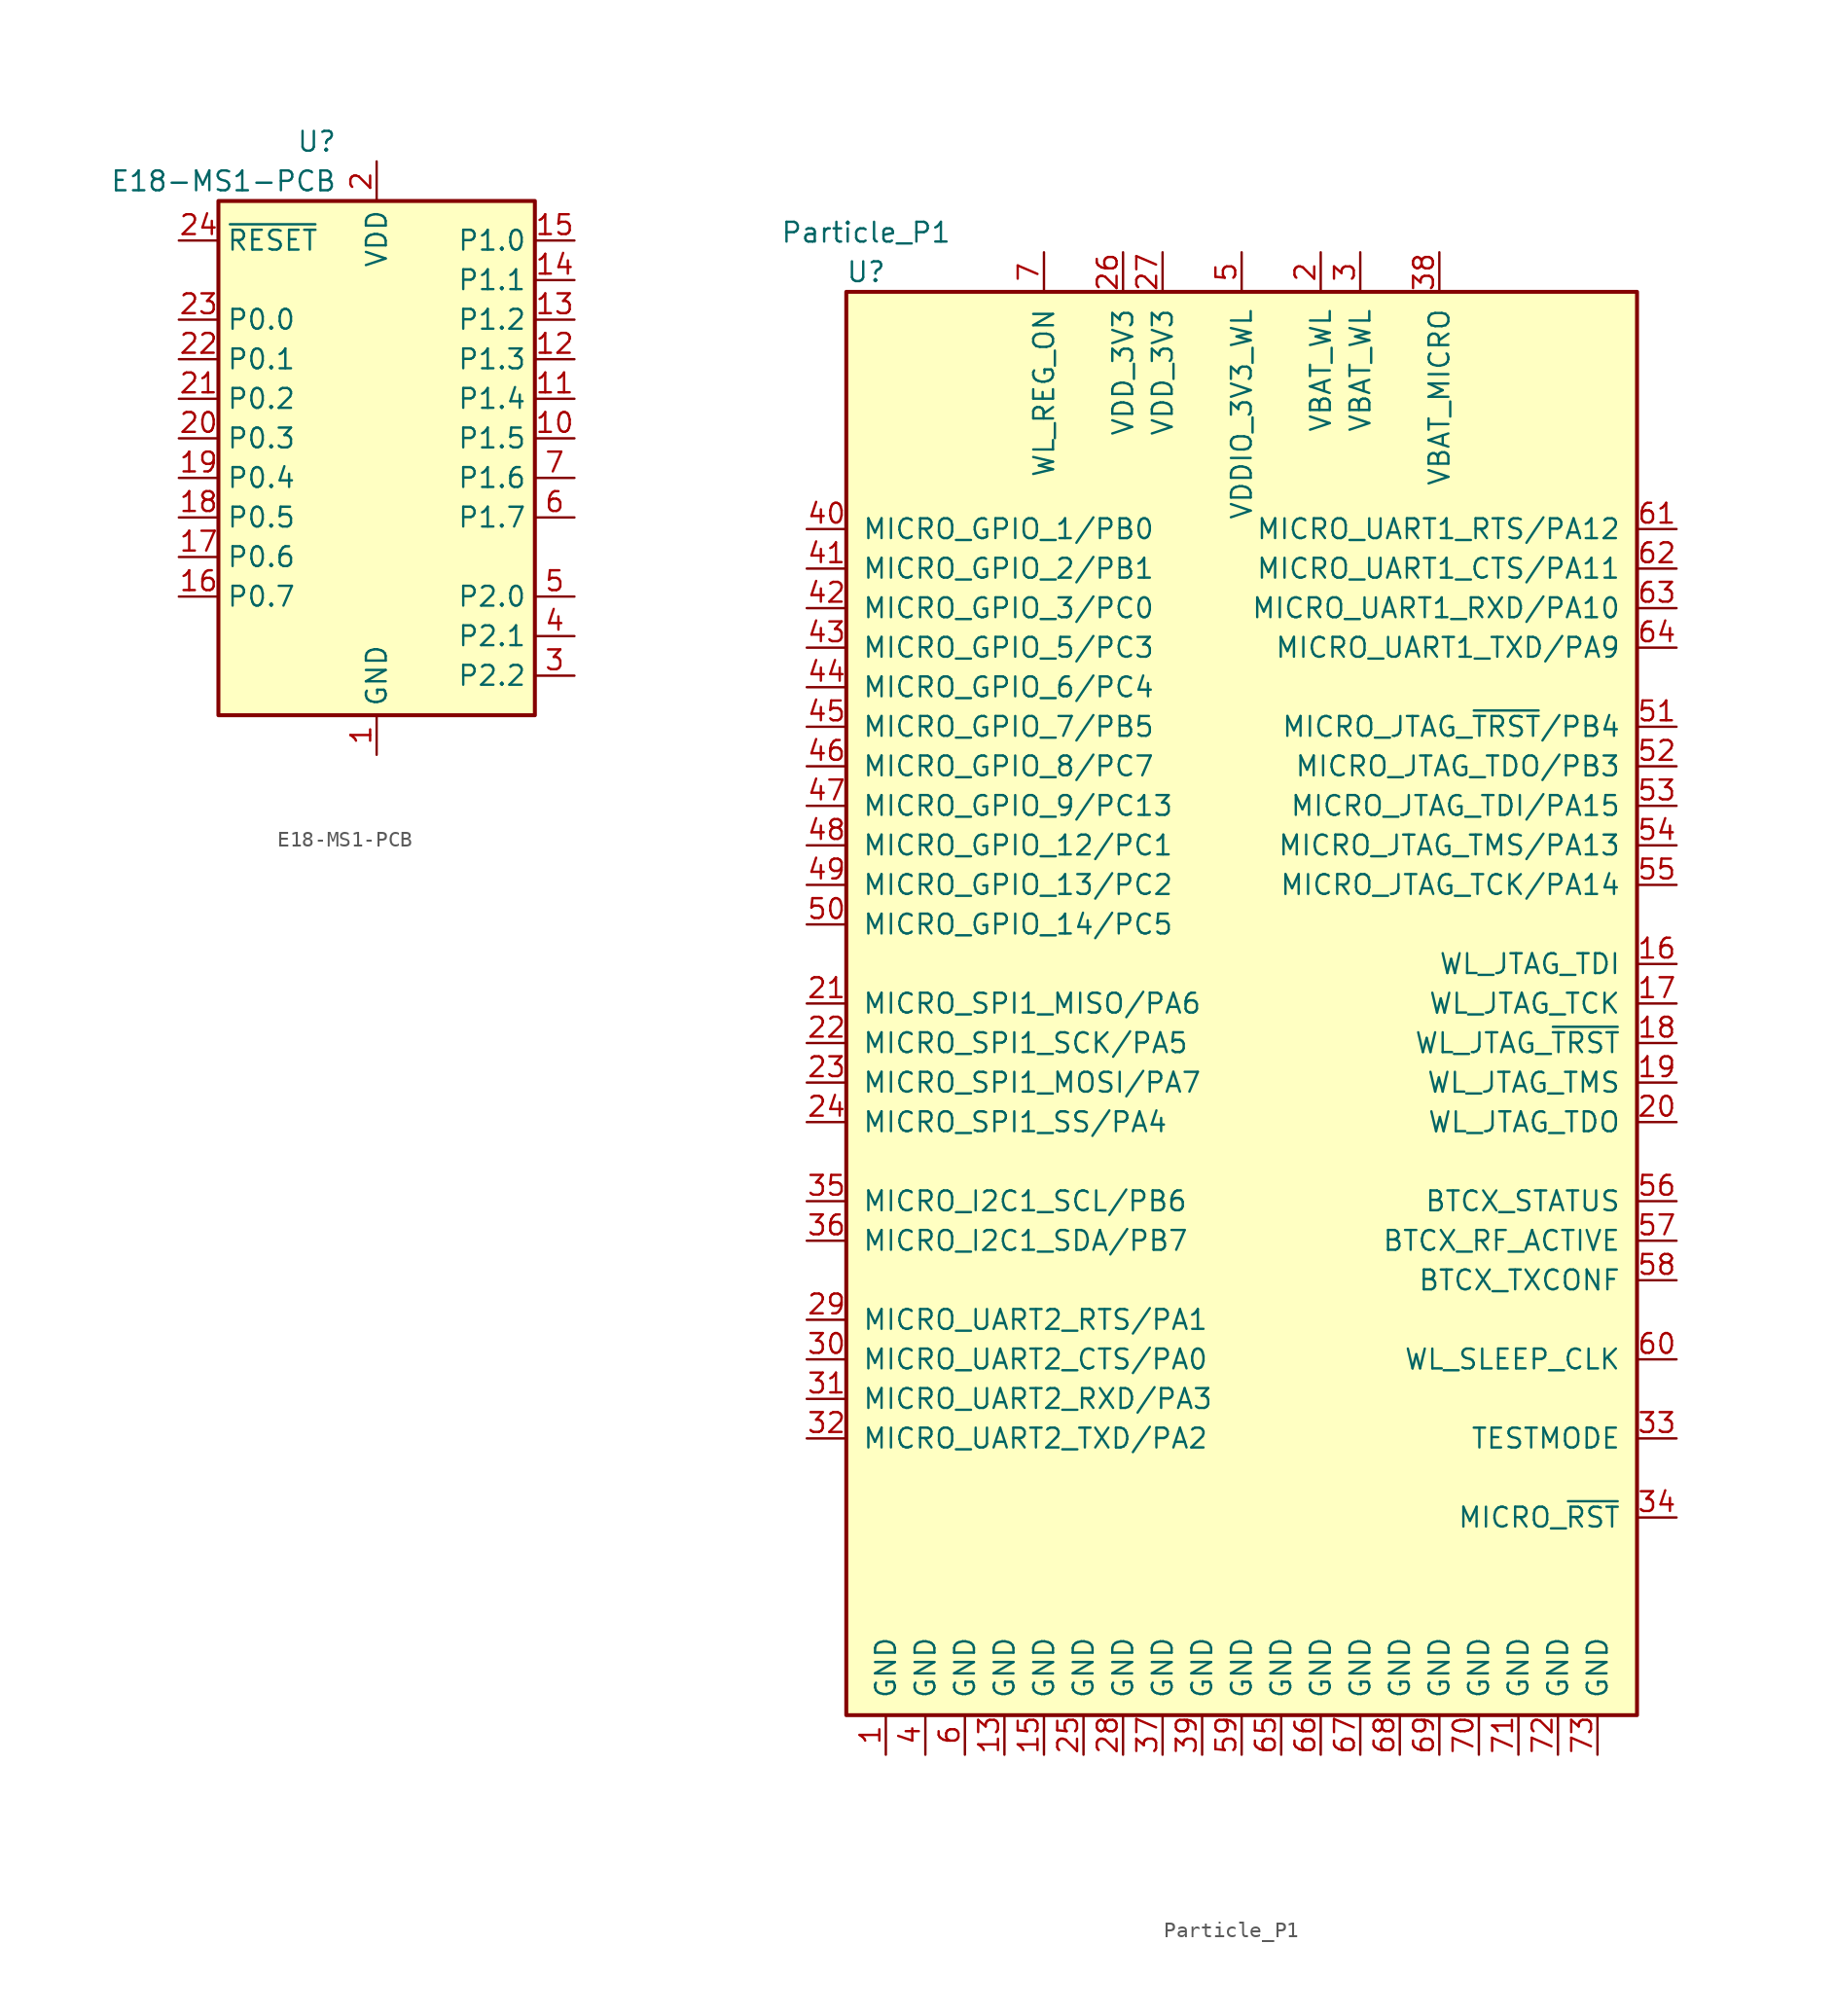
<source format=kicad_sym>
(kicad_symbol_lib
  (version 20200908)
  (generator kicad_symbol_editor)
  (symbol "RF_Module:E18-MS1-PCB"
    (property "Reference" "U"
      (at -2.54 21.59 0)
      (effects (font (size 1.27 1.27)) (justify right)))
    (property "Value" "E18-MS1-PCB"
      (at -2.54 19.05 0)
      (effects (font (size 1.27 1.27)) (justify right)))
    (symbol "E18-MS1-PCB_0_1"
      (rectangle (start -10.16 17.78) (end 10.16 -15.24) (stroke (width 0.254)) (fill (type background))))
    (symbol "E18-MS1-PCB_1_1"
      (pin power_in line (at 0 -17.78 90) (length 2.54) (name "GND" (effects (font (size 1.27 1.27)))) (number "1" (effects (font (size 1.27 1.27)))))
      (pin bidirectional line (at 12.7 2.54 180) (length 2.54) (name "P1.5" (effects (font (size 1.27 1.27)))) (number "10" (effects (font (size 1.27 1.27)))))
      (pin bidirectional line (at 12.7 5.08 180) (length 2.54) (name "P1.4" (effects (font (size 1.27 1.27)))) (number "11" (effects (font (size 1.27 1.27)))))
      (pin bidirectional line (at 12.7 7.62 180) (length 2.54) (name "P1.3" (effects (font (size 1.27 1.27)))) (number "12" (effects (font (size 1.27 1.27)))))
      (pin bidirectional line (at 12.7 10.16 180) (length 2.54) (name "P1.2" (effects (font (size 1.27 1.27)))) (number "13" (effects (font (size 1.27 1.27)))))
      (pin bidirectional line (at 12.7 12.7 180) (length 2.54) (name "P1.1" (effects (font (size 1.27 1.27)))) (number "14" (effects (font (size 1.27 1.27)))))
      (pin bidirectional line (at 12.7 15.24 180) (length 2.54) (name "P1.0" (effects (font (size 1.27 1.27)))) (number "15" (effects (font (size 1.27 1.27)))))
      (pin bidirectional line (at -12.7 -7.62 0) (length 2.54) (name "P0.7" (effects (font (size 1.27 1.27)))) (number "16" (effects (font (size 1.27 1.27)))))
      (pin bidirectional line (at -12.7 -5.08 0) (length 2.54) (name "P0.6" (effects (font (size 1.27 1.27)))) (number "17" (effects (font (size 1.27 1.27)))))
      (pin bidirectional line (at -12.7 -2.54 0) (length 2.54) (name "P0.5" (effects (font (size 1.27 1.27)))) (number "18" (effects (font (size 1.27 1.27)))))
      (pin bidirectional line (at -12.7 0 0) (length 2.54) (name "P0.4" (effects (font (size 1.27 1.27)))) (number "19" (effects (font (size 1.27 1.27)))))
      (pin power_in line (at 0 20.32 270) (length 2.54) (name "VDD" (effects (font (size 1.27 1.27)))) (number "2" (effects (font (size 1.27 1.27)))))
      (pin bidirectional line (at -12.7 2.54 0) (length 2.54) (name "P0.3" (effects (font (size 1.27 1.27)))) (number "20" (effects (font (size 1.27 1.27)))))
      (pin bidirectional line (at -12.7 5.08 0) (length 2.54) (name "P0.2" (effects (font (size 1.27 1.27)))) (number "21" (effects (font (size 1.27 1.27)))))
      (pin bidirectional line (at -12.7 7.62 0) (length 2.54) (name "P0.1" (effects (font (size 1.27 1.27)))) (number "22" (effects (font (size 1.27 1.27)))))
      (pin bidirectional line (at -12.7 10.16 0) (length 2.54) (name "P0.0" (effects (font (size 1.27 1.27)))) (number "23" (effects (font (size 1.27 1.27)))))
      (pin input line (at -12.7 15.24 0) (length 2.54) (name "~RESET" (effects (font (size 1.27 1.27)))) (number "24" (effects (font (size 1.27 1.27)))))
      (pin bidirectional line (at 12.7 -12.7 180) (length 2.54) (name "P2.2" (effects (font (size 1.27 1.27)))) (number "3" (effects (font (size 1.27 1.27)))))
      (pin bidirectional line (at 12.7 -10.16 180) (length 2.54) (name "P2.1" (effects (font (size 1.27 1.27)))) (number "4" (effects (font (size 1.27 1.27)))))
      (pin bidirectional line (at 12.7 -7.62 180) (length 2.54) (name "P2.0" (effects (font (size 1.27 1.27)))) (number "5" (effects (font (size 1.27 1.27)))))
      (pin bidirectional line (at 12.7 -2.54 180) (length 2.54) (name "P1.7" (effects (font (size 1.27 1.27)))) (number "6" (effects (font (size 1.27 1.27)))))
      (pin bidirectional line (at 12.7 0 180) (length 2.54) (name "P1.6" (effects (font (size 1.27 1.27)))) (number "7" (effects (font (size 1.27 1.27)))))
      (pin unconnected line (at -10.16 -10.16 0) (length 2.54) hide (name "NC" (effects (font (size 1.27 1.27)))) (number "8" (effects (font (size 1.27 1.27)))))
      (pin unconnected line (at -10.16 -12.7 0) (length 2.54) hide (name "NC" (effects (font (size 1.27 1.27)))) (number "9" (effects (font (size 1.27 1.27)))))))
  (symbol "RF_Module:Particle_P1"
    (pin_names
      (offset 1.016))
    (property "Reference" "U"
      (at -24.13 46.99 0)
      (effects (font (size 1.27 1.27))))
    (property "Value" "Particle_P1"
      (at -24.13 49.53 0)
      (effects (font (size 1.27 1.27))))
    (symbol "Particle_P1_1_1"
      (rectangle (start -25.4 45.72) (end 25.4 -45.72) (stroke (width 0.254)) (fill (type background)))
      (pin power_in line (at -22.86 -48.26 90) (length 2.54) (name "GND" (effects (font (size 1.27 1.27)))) (number "1" (effects (font (size 1.27 1.27)))))
      (pin unconnected line (at -25.4 35.56 0) (length 2.54) hide (name "NC" (effects (font (size 1.27 1.27)))) (number "10" (effects (font (size 1.27 1.27)))))
      (pin unconnected line (at 25.4 35.56 180) (length 2.54) hide (name "NC" (effects (font (size 1.27 1.27)))) (number "11" (effects (font (size 1.27 1.27)))))
      (pin unconnected line (at 25.4 38.1 180) (length 2.54) hide (name "NC" (effects (font (size 1.27 1.27)))) (number "12" (effects (font (size 1.27 1.27)))))
      (pin power_in line (at -15.24 -48.26 90) (length 2.54) (name "GND" (effects (font (size 1.27 1.27)))) (number "13" (effects (font (size 1.27 1.27)))))
      (pin unconnected line (at 25.4 40.64 180) (length 2.54) hide (name "NC" (effects (font (size 1.27 1.27)))) (number "14" (effects (font (size 1.27 1.27)))))
      (pin power_in line (at -12.7 -48.26 90) (length 2.54) (name "GND" (effects (font (size 1.27 1.27)))) (number "15" (effects (font (size 1.27 1.27)))))
      (pin input line (at 27.94 2.54 180) (length 2.54) (name "WL_JTAG_TDI" (effects (font (size 1.27 1.27)))) (number "16" (effects (font (size 1.27 1.27)))))
      (pin input line (at 27.94 0 180) (length 2.54) (name "WL_JTAG_TCK" (effects (font (size 1.27 1.27)))) (number "17" (effects (font (size 1.27 1.27)))))
      (pin input line (at 27.94 -2.54 180) (length 2.54) (name "WL_JTAG_~TRST~" (effects (font (size 1.27 1.27)))) (number "18" (effects (font (size 1.27 1.27)))))
      (pin input line (at 27.94 -5.08 180) (length 2.54) (name "WL_JTAG_TMS" (effects (font (size 1.27 1.27)))) (number "19" (effects (font (size 1.27 1.27)))))
      (pin power_in line (at 5.08 48.26 270) (length 2.54) (name "VBAT_WL" (effects (font (size 1.27 1.27)))) (number "2" (effects (font (size 1.27 1.27)))))
      (pin input line (at 27.94 -7.62 180) (length 2.54) (name "WL_JTAG_TDO" (effects (font (size 1.27 1.27)))) (number "20" (effects (font (size 1.27 1.27)))))
      (pin bidirectional line (at -27.94 0 0) (length 2.54) (name "MICRO_SPI1_MISO/PA6" (effects (font (size 1.27 1.27)))) (number "21" (effects (font (size 1.27 1.27)))))
      (pin bidirectional line (at -27.94 -2.54 0) (length 2.54) (name "MICRO_SPI1_SCK/PA5" (effects (font (size 1.27 1.27)))) (number "22" (effects (font (size 1.27 1.27)))))
      (pin bidirectional line (at -27.94 -5.08 0) (length 2.54) (name "MICRO_SPI1_MOSI/PA7" (effects (font (size 1.27 1.27)))) (number "23" (effects (font (size 1.27 1.27)))))
      (pin bidirectional line (at -27.94 -7.62 0) (length 2.54) (name "MICRO_SPI1_SS/PA4" (effects (font (size 1.27 1.27)))) (number "24" (effects (font (size 1.27 1.27)))))
      (pin power_in line (at -10.16 -48.26 90) (length 2.54) (name "GND" (effects (font (size 1.27 1.27)))) (number "25" (effects (font (size 1.27 1.27)))))
      (pin power_in line (at -7.62 48.26 270) (length 2.54) (name "VDD_3V3" (effects (font (size 1.27 1.27)))) (number "26" (effects (font (size 1.27 1.27)))))
      (pin power_in line (at -5.08 48.26 270) (length 2.54) (name "VDD_3V3" (effects (font (size 1.27 1.27)))) (number "27" (effects (font (size 1.27 1.27)))))
      (pin power_in line (at -7.62 -48.26 90) (length 2.54) (name "GND" (effects (font (size 1.27 1.27)))) (number "28" (effects (font (size 1.27 1.27)))))
      (pin bidirectional line (at -27.94 -20.32 0) (length 2.54) (name "MICRO_UART2_RTS/PA1" (effects (font (size 1.27 1.27)))) (number "29" (effects (font (size 1.27 1.27)))))
      (pin power_in line (at 7.62 48.26 270) (length 2.54) (name "VBAT_WL" (effects (font (size 1.27 1.27)))) (number "3" (effects (font (size 1.27 1.27)))))
      (pin bidirectional line (at -27.94 -22.86 0) (length 2.54) (name "MICRO_UART2_CTS/PA0" (effects (font (size 1.27 1.27)))) (number "30" (effects (font (size 1.27 1.27)))))
      (pin bidirectional line (at -27.94 -25.4 0) (length 2.54) (name "MICRO_UART2_RXD/PA3" (effects (font (size 1.27 1.27)))) (number "31" (effects (font (size 1.27 1.27)))))
      (pin bidirectional line (at -27.94 -27.94 0) (length 2.54) (name "MICRO_UART2_TXD/PA2" (effects (font (size 1.27 1.27)))) (number "32" (effects (font (size 1.27 1.27)))))
      (pin bidirectional line (at 27.94 -27.94 180) (length 2.54) (name "TESTMODE" (effects (font (size 1.27 1.27)))) (number "33" (effects (font (size 1.27 1.27)))))
      (pin input line (at 27.94 -33.02 180) (length 2.54) (name "MICRO_~RST" (effects (font (size 1.27 1.27)))) (number "34" (effects (font (size 1.27 1.27)))))
      (pin bidirectional line (at -27.94 -12.7 0) (length 2.54) (name "MICRO_I2C1_SCL/PB6" (effects (font (size 1.27 1.27)))) (number "35" (effects (font (size 1.27 1.27)))))
      (pin bidirectional line (at -27.94 -15.24 0) (length 2.54) (name "MICRO_I2C1_SDA/PB7" (effects (font (size 1.27 1.27)))) (number "36" (effects (font (size 1.27 1.27)))))
      (pin power_in line (at -5.08 -48.26 90) (length 2.54) (name "GND" (effects (font (size 1.27 1.27)))) (number "37" (effects (font (size 1.27 1.27)))))
      (pin power_in line (at 12.7 48.26 270) (length 2.54) (name "VBAT_MICRO" (effects (font (size 1.27 1.27)))) (number "38" (effects (font (size 1.27 1.27)))))
      (pin power_in line (at -2.54 -48.26 90) (length 2.54) (name "GND" (effects (font (size 1.27 1.27)))) (number "39" (effects (font (size 1.27 1.27)))))
      (pin power_in line (at -20.32 -48.26 90) (length 2.54) (name "GND" (effects (font (size 1.27 1.27)))) (number "4" (effects (font (size 1.27 1.27)))))
      (pin bidirectional line (at -27.94 30.48 0) (length 2.54) (name "MICRO_GPIO_1/PB0" (effects (font (size 1.27 1.27)))) (number "40" (effects (font (size 1.27 1.27)))))
      (pin bidirectional line (at -27.94 27.94 0) (length 2.54) (name "MICRO_GPIO_2/PB1" (effects (font (size 1.27 1.27)))) (number "41" (effects (font (size 1.27 1.27)))))
      (pin bidirectional line (at -27.94 25.4 0) (length 2.54) (name "MICRO_GPIO_3/PC0" (effects (font (size 1.27 1.27)))) (number "42" (effects (font (size 1.27 1.27)))))
      (pin bidirectional line (at -27.94 22.86 0) (length 2.54) (name "MICRO_GPIO_5/PC3" (effects (font (size 1.27 1.27)))) (number "43" (effects (font (size 1.27 1.27)))))
      (pin bidirectional line (at -27.94 20.32 0) (length 2.54) (name "MICRO_GPIO_6/PC4" (effects (font (size 1.27 1.27)))) (number "44" (effects (font (size 1.27 1.27)))))
      (pin bidirectional line (at -27.94 17.78 0) (length 2.54) (name "MICRO_GPIO_7/PB5" (effects (font (size 1.27 1.27)))) (number "45" (effects (font (size 1.27 1.27)))))
      (pin bidirectional line (at -27.94 15.24 0) (length 2.54) (name "MICRO_GPIO_8/PC7" (effects (font (size 1.27 1.27)))) (number "46" (effects (font (size 1.27 1.27)))))
      (pin bidirectional line (at -27.94 12.7 0) (length 2.54) (name "MICRO_GPIO_9/PC13" (effects (font (size 1.27 1.27)))) (number "47" (effects (font (size 1.27 1.27)))))
      (pin bidirectional line (at -27.94 10.16 0) (length 2.54) (name "MICRO_GPIO_12/PC1" (effects (font (size 1.27 1.27)))) (number "48" (effects (font (size 1.27 1.27)))))
      (pin bidirectional line (at -27.94 7.62 0) (length 2.54) (name "MICRO_GPIO_13/PC2" (effects (font (size 1.27 1.27)))) (number "49" (effects (font (size 1.27 1.27)))))
      (pin power_in line (at 0 48.26 270) (length 2.54) (name "VDDIO_3V3_WL" (effects (font (size 1.27 1.27)))) (number "5" (effects (font (size 1.27 1.27)))))
      (pin bidirectional line (at -27.94 5.08 0) (length 2.54) (name "MICRO_GPIO_14/PC5" (effects (font (size 1.27 1.27)))) (number "50" (effects (font (size 1.27 1.27)))))
      (pin bidirectional line (at 27.94 17.78 180) (length 2.54) (name "MICRO_JTAG_~TRST~/PB4" (effects (font (size 1.27 1.27)))) (number "51" (effects (font (size 1.27 1.27)))))
      (pin bidirectional line (at 27.94 15.24 180) (length 2.54) (name "MICRO_JTAG_TDO/PB3" (effects (font (size 1.27 1.27)))) (number "52" (effects (font (size 1.27 1.27)))))
      (pin bidirectional line (at 27.94 12.7 180) (length 2.54) (name "MICRO_JTAG_TDI/PA15" (effects (font (size 1.27 1.27)))) (number "53" (effects (font (size 1.27 1.27)))))
      (pin bidirectional line (at 27.94 10.16 180) (length 2.54) (name "MICRO_JTAG_TMS/PA13" (effects (font (size 1.27 1.27)))) (number "54" (effects (font (size 1.27 1.27)))))
      (pin bidirectional line (at 27.94 7.62 180) (length 2.54) (name "MICRO_JTAG_TCK/PA14" (effects (font (size 1.27 1.27)))) (number "55" (effects (font (size 1.27 1.27)))))
      (pin input line (at 27.94 -12.7 180) (length 2.54) (name "BTCX_STATUS" (effects (font (size 1.27 1.27)))) (number "56" (effects (font (size 1.27 1.27)))))
      (pin input line (at 27.94 -15.24 180) (length 2.54) (name "BTCX_RF_ACTIVE" (effects (font (size 1.27 1.27)))) (number "57" (effects (font (size 1.27 1.27)))))
      (pin output line (at 27.94 -17.78 180) (length 2.54) (name "BTCX_TXCONF" (effects (font (size 1.27 1.27)))) (number "58" (effects (font (size 1.27 1.27)))))
      (pin power_in line (at 0 -48.26 90) (length 2.54) (name "GND" (effects (font (size 1.27 1.27)))) (number "59" (effects (font (size 1.27 1.27)))))
      (pin power_in line (at -17.78 -48.26 90) (length 2.54) (name "GND" (effects (font (size 1.27 1.27)))) (number "6" (effects (font (size 1.27 1.27)))))
      (pin input line (at 27.94 -22.86 180) (length 2.54) (name "WL_SLEEP_CLK" (effects (font (size 1.27 1.27)))) (number "60" (effects (font (size 1.27 1.27)))))
      (pin bidirectional line (at 27.94 30.48 180) (length 2.54) (name "MICRO_UART1_RTS/PA12" (effects (font (size 1.27 1.27)))) (number "61" (effects (font (size 1.27 1.27)))))
      (pin bidirectional line (at 27.94 27.94 180) (length 2.54) (name "MICRO_UART1_CTS/PA11" (effects (font (size 1.27 1.27)))) (number "62" (effects (font (size 1.27 1.27)))))
      (pin bidirectional line (at 27.94 25.4 180) (length 2.54) (name "MICRO_UART1_RXD/PA10" (effects (font (size 1.27 1.27)))) (number "63" (effects (font (size 1.27 1.27)))))
      (pin bidirectional line (at 27.94 22.86 180) (length 2.54) (name "MICRO_UART1_TXD/PA9" (effects (font (size 1.27 1.27)))) (number "64" (effects (font (size 1.27 1.27)))))
      (pin power_in line (at 2.54 -48.26 90) (length 2.54) (name "GND" (effects (font (size 1.27 1.27)))) (number "65" (effects (font (size 1.27 1.27)))))
      (pin power_in line (at 5.08 -48.26 90) (length 2.54) (name "GND" (effects (font (size 1.27 1.27)))) (number "66" (effects (font (size 1.27 1.27)))))
      (pin power_in line (at 7.62 -48.26 90) (length 2.54) (name "GND" (effects (font (size 1.27 1.27)))) (number "67" (effects (font (size 1.27 1.27)))))
      (pin power_in line (at 10.16 -48.26 90) (length 2.54) (name "GND" (effects (font (size 1.27 1.27)))) (number "68" (effects (font (size 1.27 1.27)))))
      (pin power_in line (at 12.7 -48.26 90) (length 2.54) (name "GND" (effects (font (size 1.27 1.27)))) (number "69" (effects (font (size 1.27 1.27)))))
      (pin power_in line (at -12.7 48.26 270) (length 2.54) (name "WL_REG_ON" (effects (font (size 1.27 1.27)))) (number "7" (effects (font (size 1.27 1.27)))))
      (pin power_in line (at 15.24 -48.26 90) (length 2.54) (name "GND" (effects (font (size 1.27 1.27)))) (number "70" (effects (font (size 1.27 1.27)))))
      (pin power_in line (at 17.78 -48.26 90) (length 2.54) (name "GND" (effects (font (size 1.27 1.27)))) (number "71" (effects (font (size 1.27 1.27)))))
      (pin power_in line (at 20.32 -48.26 90) (length 2.54) (name "GND" (effects (font (size 1.27 1.27)))) (number "72" (effects (font (size 1.27 1.27)))))
      (pin power_in line (at 22.86 -48.26 90) (length 2.54) (name "GND" (effects (font (size 1.27 1.27)))) (number "73" (effects (font (size 1.27 1.27)))))
      (pin unconnected line (at -25.4 -33.02 0) (length 2.54) hide (name "PAD1" (effects (font (size 1.27 1.27)))) (number "74" (effects (font (size 1.27 1.27)))))
      (pin unconnected line (at -25.4 -35.56 0) (length 2.54) hide (name "PAD2" (effects (font (size 1.27 1.27)))) (number "75" (effects (font (size 1.27 1.27)))))
      (pin unconnected line (at -25.4 40.64 0) (length 2.54) hide (name "NC" (effects (font (size 1.27 1.27)))) (number "8" (effects (font (size 1.27 1.27)))))
      (pin unconnected line (at -25.4 38.1 0) (length 2.54) hide (name "NC" (effects (font (size 1.27 1.27)))) (number "9" (effects (font (size 1.27 1.27))))))))
</source>
